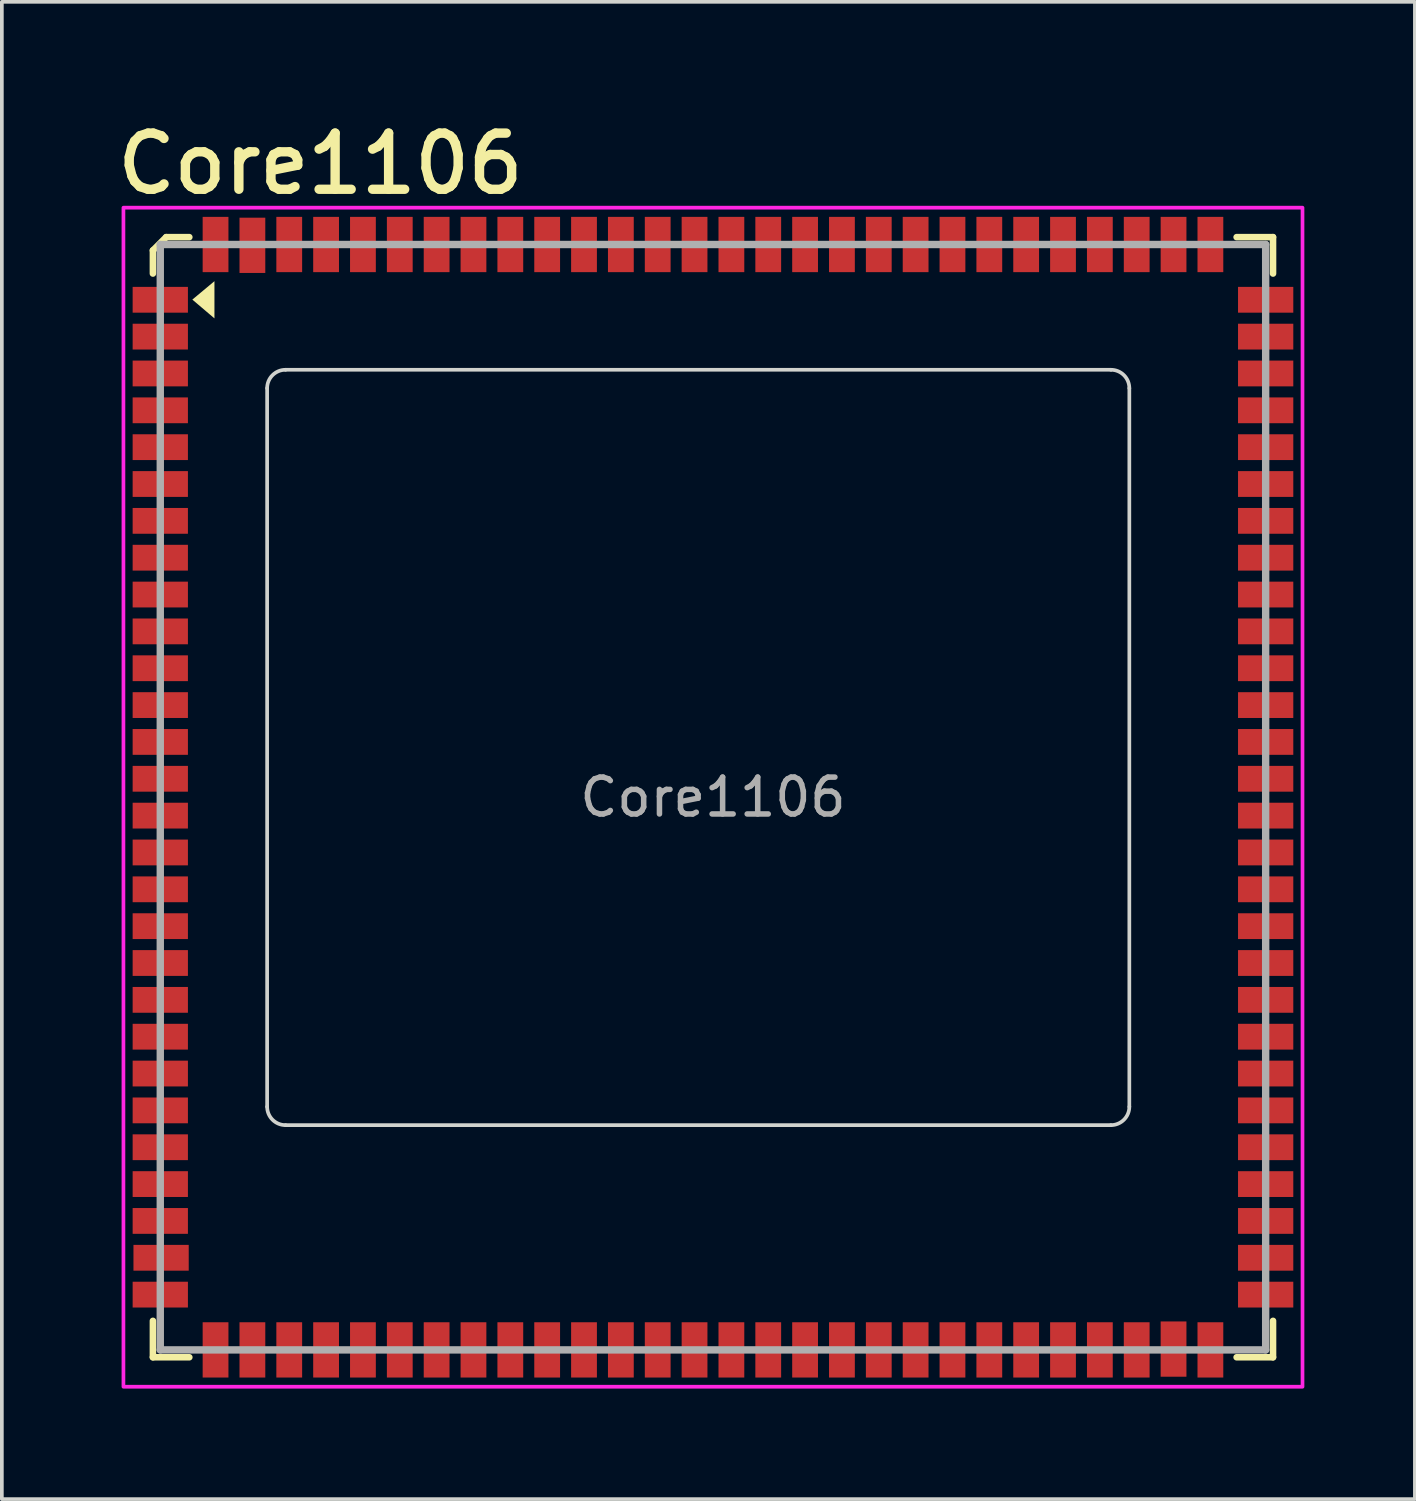
<source format=kicad_pcb>
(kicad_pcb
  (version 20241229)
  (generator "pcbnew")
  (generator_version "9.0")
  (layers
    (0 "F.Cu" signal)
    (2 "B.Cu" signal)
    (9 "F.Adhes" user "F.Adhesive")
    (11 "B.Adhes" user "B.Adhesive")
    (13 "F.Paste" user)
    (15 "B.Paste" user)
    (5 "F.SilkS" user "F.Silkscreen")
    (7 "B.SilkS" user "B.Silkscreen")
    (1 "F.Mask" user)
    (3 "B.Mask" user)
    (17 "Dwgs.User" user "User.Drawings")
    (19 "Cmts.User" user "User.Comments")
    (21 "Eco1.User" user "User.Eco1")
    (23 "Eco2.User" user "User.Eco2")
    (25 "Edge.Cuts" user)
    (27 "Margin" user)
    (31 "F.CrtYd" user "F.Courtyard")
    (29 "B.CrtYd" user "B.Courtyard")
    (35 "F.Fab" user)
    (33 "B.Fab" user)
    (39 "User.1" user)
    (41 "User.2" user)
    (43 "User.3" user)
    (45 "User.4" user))
  (footprint "Core1106"
    (layer "F.Cu")
    (at 16.3 18.586)
    (property "Reference" "Core1106" (at -16.3 -16.3 0) (unlocked yes) (layer "F.SilkS") (effects (font (size 1.524 1.524) (thickness 0.254)) (justify left bottom)))
    (fp_line (start -15.2 -14.84) (end -14.84 -15.2) (stroke (width 0.178) (type solid)) (layer "F.SilkS"))
    (fp_line (start -15.2 -14.212) (end -15.2 -14.84) (stroke (width 0.178) (type solid)) (layer "F.SilkS"))
    (fp_line (start -15.2 15.2) (end -15.2 14.212) (stroke (width 0.178) (type solid)) (layer "F.SilkS"))
    (fp_line (start -15.2 15.2) (end -14.212 15.2) (stroke (width 0.178) (type solid)) (layer "F.SilkS"))
    (fp_line (start -14.84 -15.2) (end -14.212 -15.2) (stroke (width 0.178) (type solid)) (layer "F.SilkS"))
    (fp_line (start 14.212 -15.2) (end 15.2 -15.2) (stroke (width 0.178) (type solid)) (layer "F.SilkS"))
    (fp_line (start 14.212 15.2) (end 15.2 15.2) (stroke (width 0.178) (type solid)) (layer "F.SilkS"))
    (fp_line (start 15.2 -14.212) (end 15.2 -15.2) (stroke (width 0.178) (type solid)) (layer "F.SilkS"))
    (fp_line (start 15.2 15.2) (end 15.2 14.212) (stroke (width 0.178) (type solid)) (layer "F.SilkS"))
    (fp_poly (pts (xy -13.53 -12.995) (xy -14.13 -13.505) (xy -13.53 -14.005)) (stroke (width 0) (type default)) (fill yes) (layer "F.SilkS"))
    (fp_line (start -12.1 -11.1) (end -12.1 8.4) (stroke (width 0.1) (type solid)) (layer "Edge.Cuts"))
    (fp_line (start 10.8 -11.6) (end -11.6 -11.6) (stroke (width 0.1) (type solid)) (layer "Edge.Cuts"))
    (fp_line (start 10.8 8.9) (end -11.6 8.9) (stroke (width 0.1) (type solid)) (layer "Edge.Cuts"))
    (fp_line (start 11.3 -11.1) (end 11.3 8.4) (stroke (width 0.1) (type solid)) (layer "Edge.Cuts"))
    (fp_arc (start -12.1 -11.1) (mid -11.953553 -11.453553) (end -11.6 -11.6) (stroke (width 0.1) (type solid)) (layer "Edge.Cuts"))
    (fp_arc (start -11.6 8.9) (mid -11.953553 8.753553) (end -12.1 8.4) (stroke (width 0.1) (type solid)) (layer "Edge.Cuts"))
    (fp_arc (start 10.8 -11.6) (mid 11.153553 -11.453553) (end 11.3 -11.1) (stroke (width 0.1) (type solid)) (layer "Edge.Cuts"))
    (fp_arc (start 11.3 8.4) (mid 11.153553 8.753553) (end 10.8 8.9) (stroke (width 0.1) (type solid)) (layer "Edge.Cuts"))
    (fp_rect (start -16 -16) (end 16 16) (stroke (width 0.1) (type solid)) (fill no) (layer "F.CrtYd"))
    (fp_line (start -15 -15) (end 15 -15) (stroke (width 0.2) (type solid)) (layer "F.Fab"))
    (fp_line (start -15 15) (end -15 -15) (stroke (width 0.2) (type solid)) (layer "F.Fab"))
    (fp_line (start -15 15) (end 15 15) (stroke (width 0.2) (type solid)) (layer "F.Fab"))
    (fp_line (start 15 15) (end 15 -15) (stroke (width 0.2) (type solid)) (layer "F.Fab"))
    (fp_text user "${REFERENCE}" (at 0 0 0) (unlocked yes) (layer "F.Fab") (effects (font (size 1 1) (thickness 0.15))))
    (pad "1" smd rect (at -15 -13.5 90) (size 0.7 1.5) (layers "F.Cu" "F.Mask" "F.Paste"))
    (pad "2" smd rect (at -15 -12.5 90) (size 0.7 1.5) (layers "F.Cu" "F.Mask" "F.Paste"))
    (pad "3" smd rect (at -15 -11.5 90) (size 0.7 1.5) (layers "F.Cu" "F.Mask" "F.Paste"))
    (pad "4" smd rect (at -15 -10.5 90) (size 0.7 1.5) (layers "F.Cu" "F.Mask" "F.Paste"))
    (pad "5" smd rect (at -15 -9.5 90) (size 0.7 1.5) (layers "F.Cu" "F.Mask" "F.Paste"))
    (pad "6" smd rect (at -15 -8.5 90) (size 0.7 1.5) (layers "F.Cu" "F.Mask" "F.Paste"))
    (pad "7" smd rect (at -15 -7.5 90) (size 0.7 1.5) (layers "F.Cu" "F.Mask" "F.Paste"))
    (pad "8" smd rect (at -15 -6.5 90) (size 0.7 1.5) (layers "F.Cu" "F.Mask" "F.Paste"))
    (pad "9" smd rect (at -15 -5.5 90) (size 0.7 1.5) (layers "F.Cu" "F.Mask" "F.Paste"))
    (pad "10" smd rect (at -15 -4.5 90) (size 0.7 1.5) (layers "F.Cu" "F.Mask" "F.Paste"))
    (pad "11" smd rect (at -15 -3.5 90) (size 0.7 1.5) (layers "F.Cu" "F.Mask" "F.Paste"))
    (pad "12" smd rect (at -15 -2.5 90) (size 0.7 1.5) (layers "F.Cu" "F.Mask" "F.Paste"))
    (pad "13" smd rect (at -15 -1.5 90) (size 0.7 1.5) (layers "F.Cu" "F.Mask" "F.Paste"))
    (pad "14" smd rect (at -15 -0.5 90) (size 0.7 1.5) (layers "F.Cu" "F.Mask" "F.Paste"))
    (pad "15" smd rect (at -15 0.5 90) (size 0.7 1.5) (layers "F.Cu" "F.Mask" "F.Paste"))
    (pad "16" smd rect (at -15 1.5 90) (size 0.7 1.5) (layers "F.Cu" "F.Mask" "F.Paste"))
    (pad "17" smd rect (at -15 2.5 90) (size 0.7 1.5) (layers "F.Cu" "F.Mask" "F.Paste"))
    (pad "18" smd rect (at -15 3.5 90) (size 0.7 1.5) (layers "F.Cu" "F.Mask" "F.Paste"))
    (pad "19" smd rect (at -15 4.5 90) (size 0.7 1.5) (layers "F.Cu" "F.Mask" "F.Paste"))
    (pad "20" smd rect (at -15 5.5 90) (size 0.7 1.5) (layers "F.Cu" "F.Mask" "F.Paste"))
    (pad "21" smd rect (at -15 6.5 90) (size 0.7 1.5) (layers "F.Cu" "F.Mask" "F.Paste"))
    (pad "22" smd rect (at -15 7.5 90) (size 0.7 1.5) (layers "F.Cu" "F.Mask" "F.Paste"))
    (pad "23" smd rect (at -15 8.5 90) (size 0.7 1.5) (layers "F.Cu" "F.Mask" "F.Paste"))
    (pad "24" smd rect (at -15 9.5 90) (size 0.7 1.5) (layers "F.Cu" "F.Mask" "F.Paste"))
    (pad "25" smd rect (at -15 10.5 90) (size 0.7 1.5) (layers "F.Cu" "F.Mask" "F.Paste"))
    (pad "26" smd rect (at -15 11.5 90) (size 0.7 1.5) (layers "F.Cu" "F.Mask" "F.Paste"))
    (pad "27" smd rect (at -14.978 12.5 90) (size 0.7 1.5) (layers "F.Cu" "F.Mask" "F.Paste"))
    (pad "28" smd rect (at -15 13.5 90) (size 0.7 1.5) (layers "F.Cu" "F.Mask" "F.Paste"))
    (pad "29" smd rect (at -13.5 15 180) (size 0.7 1.5) (layers "F.Cu" "F.Mask" "F.Paste"))
    (pad "30" smd rect (at -12.5 15 180) (size 0.7 1.5) (layers "F.Cu" "F.Mask" "F.Paste"))
    (pad "31" smd rect (at -11.5 15 180) (size 0.7 1.5) (layers "F.Cu" "F.Mask" "F.Paste"))
    (pad "32" smd rect (at -10.5 15 180) (size 0.7 1.5) (layers "F.Cu" "F.Mask" "F.Paste"))
    (pad "33" smd rect (at -9.5 15 180) (size 0.7 1.5) (layers "F.Cu" "F.Mask" "F.Paste"))
    (pad "34" smd rect (at -8.5 15 180) (size 0.7 1.5) (layers "F.Cu" "F.Mask" "F.Paste"))
    (pad "35" smd rect (at -7.5 15 180) (size 0.7 1.5) (layers "F.Cu" "F.Mask" "F.Paste"))
    (pad "36" smd rect (at -6.5 15 180) (size 0.7 1.5) (layers "F.Cu" "F.Mask" "F.Paste"))
    (pad "37" smd rect (at -5.5 15 180) (size 0.7 1.5) (layers "F.Cu" "F.Mask" "F.Paste"))
    (pad "38" smd rect (at -4.5 15 180) (size 0.7 1.5) (layers "F.Cu" "F.Mask" "F.Paste"))
    (pad "39" smd rect (at -3.5 15 180) (size 0.7 1.5) (layers "F.Cu" "F.Mask" "F.Paste"))
    (pad "40" smd rect (at -2.5 15 180) (size 0.7 1.5) (layers "F.Cu" "F.Mask" "F.Paste"))
    (pad "41" smd rect (at -1.5 15 180) (size 0.7 1.5) (layers "F.Cu" "F.Mask" "F.Paste"))
    (pad "42" smd rect (at -0.5 15 180) (size 0.7 1.5) (layers "F.Cu" "F.Mask" "F.Paste"))
    (pad "43" smd rect (at 0.5 15 180) (size 0.7 1.5) (layers "F.Cu" "F.Mask" "F.Paste"))
    (pad "44" smd rect (at 1.5 15 180) (size 0.7 1.5) (layers "F.Cu" "F.Mask" "F.Paste"))
    (pad "45" smd rect (at 2.5 15 180) (size 0.7 1.5) (layers "F.Cu" "F.Mask" "F.Paste"))
    (pad "46" smd rect (at 3.5 15 180) (size 0.7 1.5) (layers "F.Cu" "F.Mask" "F.Paste"))
    (pad "47" smd rect (at 4.5 15 180) (size 0.7 1.5) (layers "F.Cu" "F.Mask" "F.Paste"))
    (pad "48" smd rect (at 5.5 15 180) (size 0.7 1.5) (layers "F.Cu" "F.Mask" "F.Paste"))
    (pad "49" smd rect (at 6.5 15 180) (size 0.7 1.5) (layers "F.Cu" "F.Mask" "F.Paste"))
    (pad "50" smd rect (at 7.5 15 180) (size 0.7 1.5) (layers "F.Cu" "F.Mask" "F.Paste"))
    (pad "51" smd rect (at 8.5 15 180) (size 0.7 1.5) (layers "F.Cu" "F.Mask" "F.Paste"))
    (pad "52" smd rect (at 9.5 15 180) (size 0.7 1.5) (layers "F.Cu" "F.Mask" "F.Paste"))
    (pad "53" smd rect (at 10.5 15 180) (size 0.7 1.5) (layers "F.Cu" "F.Mask" "F.Paste"))
    (pad "54" smd rect (at 11.5 15 180) (size 0.7 1.5) (layers "F.Cu" "F.Mask" "F.Paste"))
    (pad "55" smd rect (at 12.5 14.978 180) (size 0.7 1.5) (layers "F.Cu" "F.Mask" "F.Paste"))
    (pad "56" smd rect (at 13.5 15 180) (size 0.7 1.5) (layers "F.Cu" "F.Mask" "F.Paste"))
    (pad "57" smd rect (at 15 13.5 270) (size 0.7 1.5) (layers "F.Cu" "F.Mask" "F.Paste"))
    (pad "58" smd rect (at 15 12.5 270) (size 0.7 1.5) (layers "F.Cu" "F.Mask" "F.Paste"))
    (pad "59" smd rect (at 15 11.5 270) (size 0.7 1.5) (layers "F.Cu" "F.Mask" "F.Paste"))
    (pad "60" smd rect (at 15 10.5 270) (size 0.7 1.5) (layers "F.Cu" "F.Mask" "F.Paste"))
    (pad "61" smd rect (at 15 9.5 270) (size 0.7 1.5) (layers "F.Cu" "F.Mask" "F.Paste"))
    (pad "62" smd rect (at 15 8.5 270) (size 0.7 1.5) (layers "F.Cu" "F.Mask" "F.Paste"))
    (pad "63" smd rect (at 15 7.5 270) (size 0.7 1.5) (layers "F.Cu" "F.Mask" "F.Paste"))
    (pad "64" smd rect (at 15 6.5 270) (size 0.7 1.5) (layers "F.Cu" "F.Mask" "F.Paste"))
    (pad "65" smd rect (at 15 5.5 270) (size 0.7 1.5) (layers "F.Cu" "F.Mask" "F.Paste"))
    (pad "66" smd rect (at 15 4.5 270) (size 0.7 1.5) (layers "F.Cu" "F.Mask" "F.Paste"))
    (pad "67" smd rect (at 15 3.5 270) (size 0.7 1.5) (layers "F.Cu" "F.Mask" "F.Paste"))
    (pad "68" smd rect (at 15 2.5 270) (size 0.7 1.5) (layers "F.Cu" "F.Mask" "F.Paste"))
    (pad "69" smd rect (at 15 1.5 270) (size 0.7 1.5) (layers "F.Cu" "F.Mask" "F.Paste"))
    (pad "70" smd rect (at 15 0.5 270) (size 0.7 1.5) (layers "F.Cu" "F.Mask" "F.Paste"))
    (pad "71" smd rect (at 15 -0.5 270) (size 0.7 1.5) (layers "F.Cu" "F.Mask" "F.Paste"))
    (pad "72" smd rect (at 15 -1.5 270) (size 0.7 1.5) (layers "F.Cu" "F.Mask" "F.Paste"))
    (pad "73" smd rect (at 15 -2.5 270) (size 0.7 1.5) (layers "F.Cu" "F.Mask" "F.Paste"))
    (pad "74" smd rect (at 15 -3.5 270) (size 0.7 1.5) (layers "F.Cu" "F.Mask" "F.Paste"))
    (pad "75" smd rect (at 15 -4.5 270) (size 0.7 1.5) (layers "F.Cu" "F.Mask" "F.Paste"))
    (pad "76" smd rect (at 15 -5.5 270) (size 0.7 1.5) (layers "F.Cu" "F.Mask" "F.Paste"))
    (pad "77" smd rect (at 15 -6.5 270) (size 0.7 1.5) (layers "F.Cu" "F.Mask" "F.Paste"))
    (pad "78" smd rect (at 15 -7.5 270) (size 0.7 1.5) (layers "F.Cu" "F.Mask" "F.Paste"))
    (pad "79" smd rect (at 15 -8.5 270) (size 0.7 1.5) (layers "F.Cu" "F.Mask" "F.Paste"))
    (pad "80" smd rect (at 15 -9.5 270) (size 0.7 1.5) (layers "F.Cu" "F.Mask" "F.Paste"))
    (pad "81" smd rect (at 15 -10.5 270) (size 0.7 1.5) (layers "F.Cu" "F.Mask" "F.Paste"))
    (pad "82" smd rect (at 15 -11.5 270) (size 0.7 1.5) (layers "F.Cu" "F.Mask" "F.Paste"))
    (pad "83" smd rect (at 15 -12.5 270) (size 0.7 1.5) (layers "F.Cu" "F.Mask" "F.Paste"))
    (pad "84" smd rect (at 15 -13.5 270) (size 0.7 1.5) (layers "F.Cu" "F.Mask" "F.Paste"))
    (pad "85" smd rect (at 13.5 -15) (size 0.7 1.5) (layers "F.Cu" "F.Mask" "F.Paste"))
    (pad "86" smd rect (at 12.5 -15) (size 0.7 1.5) (layers "F.Cu" "F.Mask" "F.Paste"))
    (pad "87" smd rect (at 11.5 -15) (size 0.7 1.5) (layers "F.Cu" "F.Mask" "F.Paste"))
    (pad "88" smd rect (at 10.5 -15) (size 0.7 1.5) (layers "F.Cu" "F.Mask" "F.Paste"))
    (pad "89" smd rect (at 9.5 -15) (size 0.7 1.5) (layers "F.Cu" "F.Mask" "F.Paste"))
    (pad "90" smd rect (at 8.5 -15) (size 0.7 1.5) (layers "F.Cu" "F.Mask" "F.Paste"))
    (pad "91" smd rect (at 7.5 -15) (size 0.7 1.5) (layers "F.Cu" "F.Mask" "F.Paste"))
    (pad "92" smd rect (at 6.5 -15) (size 0.7 1.5) (layers "F.Cu" "F.Mask" "F.Paste"))
    (pad "93" smd rect (at 5.5 -15) (size 0.7 1.5) (layers "F.Cu" "F.Mask" "F.Paste"))
    (pad "94" smd rect (at 4.5 -15) (size 0.7 1.5) (layers "F.Cu" "F.Mask" "F.Paste"))
    (pad "95" smd rect (at 3.5 -15) (size 0.7 1.5) (layers "F.Cu" "F.Mask" "F.Paste"))
    (pad "96" smd rect (at 2.5 -15) (size 0.7 1.5) (layers "F.Cu" "F.Mask" "F.Paste"))
    (pad "97" smd rect (at 1.5 -15) (size 0.7 1.5) (layers "F.Cu" "F.Mask" "F.Paste"))
    (pad "98" smd rect (at 0.5 -15) (size 0.7 1.5) (layers "F.Cu" "F.Mask" "F.Paste"))
    (pad "99" smd rect (at -0.5 -15) (size 0.7 1.5) (layers "F.Cu" "F.Mask" "F.Paste"))
    (pad "100" smd rect (at -1.5 -15) (size 0.7 1.5) (layers "F.Cu" "F.Mask" "F.Paste"))
    (pad "101" smd rect (at -2.5 -15) (size 0.7 1.5) (layers "F.Cu" "F.Mask" "F.Paste"))
    (pad "102" smd rect (at -3.5 -15) (size 0.7 1.5) (layers "F.Cu" "F.Mask" "F.Paste"))
    (pad "103" smd rect (at -4.5 -15) (size 0.7 1.5) (layers "F.Cu" "F.Mask" "F.Paste"))
    (pad "104" smd rect (at -5.5 -15) (size 0.7 1.5) (layers "F.Cu" "F.Mask" "F.Paste"))
    (pad "105" smd rect (at -6.5 -15) (size 0.7 1.5) (layers "F.Cu" "F.Mask" "F.Paste"))
    (pad "106" smd rect (at -7.5 -15) (size 0.7 1.5) (layers "F.Cu" "F.Mask" "F.Paste"))
    (pad "107" smd rect (at -8.5 -15) (size 0.7 1.5) (layers "F.Cu" "F.Mask" "F.Paste"))
    (pad "108" smd rect (at -9.5 -15) (size 0.7 1.5) (layers "F.Cu" "F.Mask" "F.Paste"))
    (pad "109" smd rect (at -10.5 -15) (size 0.7 1.5) (layers "F.Cu" "F.Mask" "F.Paste"))
    (pad "110" smd rect (at -11.5 -15) (size 0.7 1.5) (layers "F.Cu" "F.Mask" "F.Paste"))
    (pad "111" smd rect (at -12.5 -14.978) (size 0.7 1.5) (layers "F.Cu" "F.Mask" "F.Paste"))
    (pad "112" smd rect (at -13.5 -15) (size 0.7 1.5) (layers "F.Cu" "F.Mask" "F.Paste")))
  (gr_rect
    (start -3 -3)
    (end 35.35 37.636)
    (stroke (width 0.1) (type default))
    (fill no)
    (layer "Edge.Cuts")))
</source>
